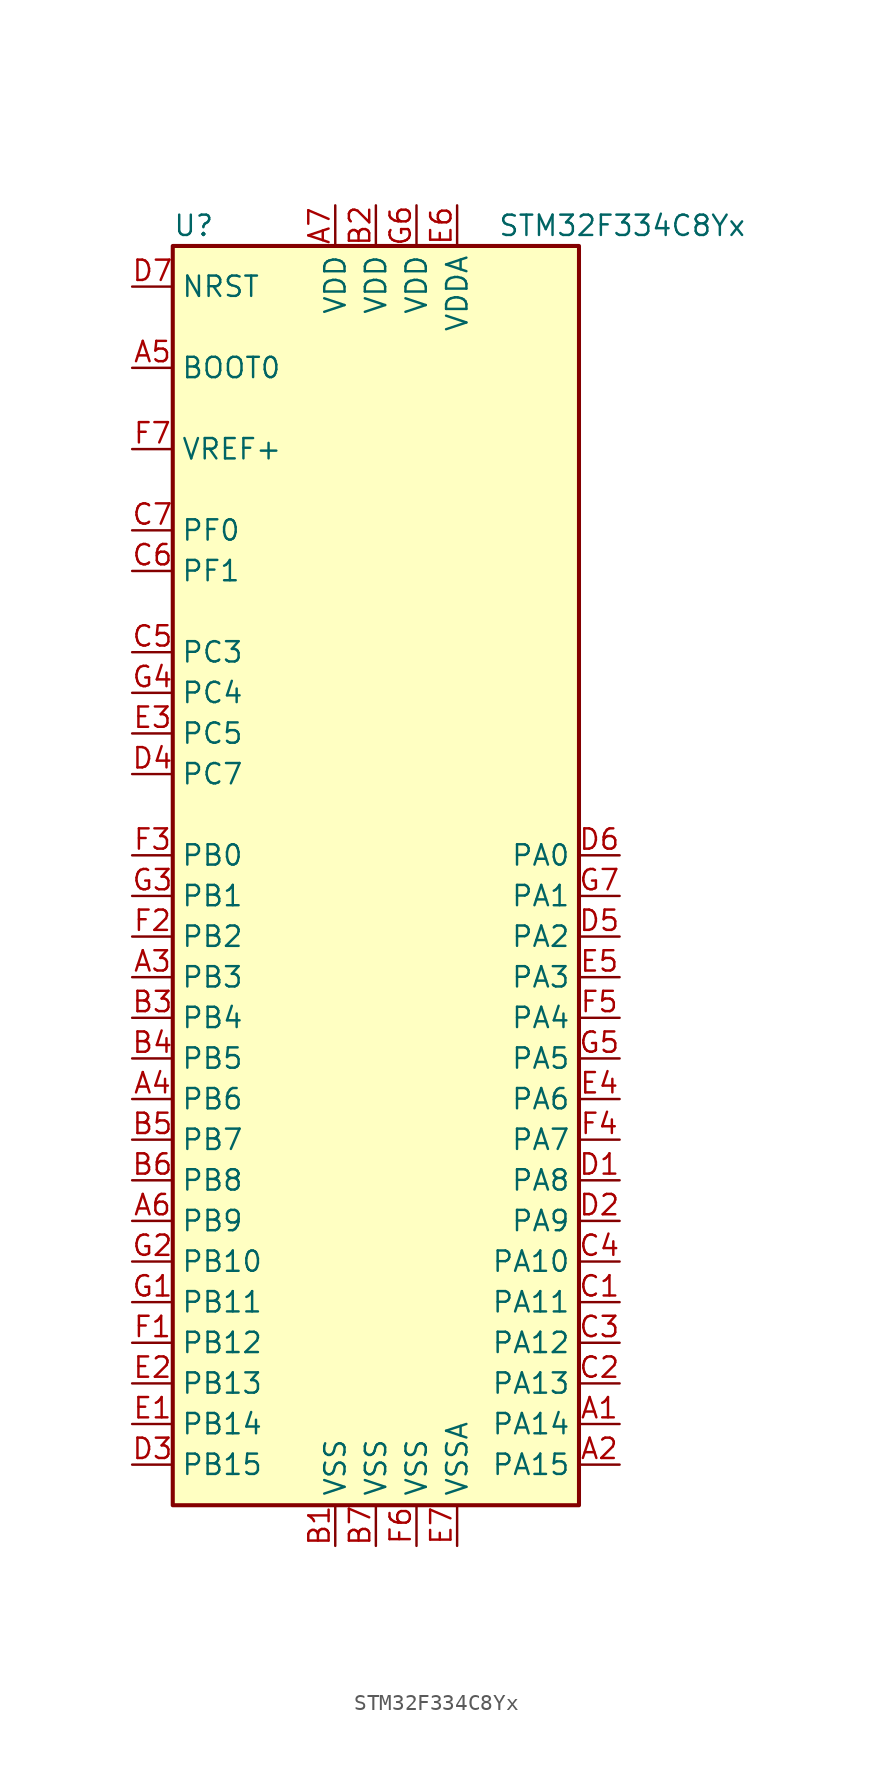
<source format=kicad_sym>
(kicad_symbol_lib
  (version 20201005)
  (generator kicad_symbol_editor)
  (symbol "STM32F334C8Yx"
    (property "Reference" "U"
      (at -12.7 39.37 0)
      (effects (font (size 1.27 1.27)) (justify left)))
    (property "Value" "STM32F334C8Yx"
      (at 7.62 39.37 0)
      (effects (font (size 1.27 1.27)) (justify left)))
    (symbol "STM32F334C8Yx_0_1"
      (rectangle (start -12.7 -40.64) (end 12.7 38.1) (stroke (width 0.254)) (fill (type background))))
    (symbol "STM32F334C8Yx_1_1"
      (pin input line (at -15.24 30.48 0) (length 2.54) (name "BOOT0" (effects (font (size 1.27 1.27)))) (number "A5" (effects (font (size 1.27 1.27)))))
      (pin input line (at -15.24 35.56 0) (length 2.54) (name "NRST" (effects (font (size 1.27 1.27)))) (number "D7" (effects (font (size 1.27 1.27)))))
      (pin bidirectional line (at 15.24 0 180) (length 2.54) (name "PA0" (effects (font (size 1.27 1.27)))) (number "D6" (effects (font (size 1.27 1.27)))))
      (pin bidirectional line (at 15.24 -2.54 180) (length 2.54) (name "PA1" (effects (font (size 1.27 1.27)))) (number "G7" (effects (font (size 1.27 1.27)))))
      (pin bidirectional line (at 15.24 -25.4 180) (length 2.54) (name "PA10" (effects (font (size 1.27 1.27)))) (number "C4" (effects (font (size 1.27 1.27)))))
      (pin bidirectional line (at 15.24 -27.94 180) (length 2.54) (name "PA11" (effects (font (size 1.27 1.27)))) (number "C1" (effects (font (size 1.27 1.27)))))
      (pin bidirectional line (at 15.24 -30.48 180) (length 2.54) (name "PA12" (effects (font (size 1.27 1.27)))) (number "C3" (effects (font (size 1.27 1.27)))))
      (pin bidirectional line (at 15.24 -33.02 180) (length 2.54) (name "PA13" (effects (font (size 1.27 1.27)))) (number "C2" (effects (font (size 1.27 1.27)))))
      (pin bidirectional line (at 15.24 -35.56 180) (length 2.54) (name "PA14" (effects (font (size 1.27 1.27)))) (number "A1" (effects (font (size 1.27 1.27)))))
      (pin bidirectional line (at 15.24 -38.1 180) (length 2.54) (name "PA15" (effects (font (size 1.27 1.27)))) (number "A2" (effects (font (size 1.27 1.27)))))
      (pin bidirectional line (at 15.24 -5.08 180) (length 2.54) (name "PA2" (effects (font (size 1.27 1.27)))) (number "D5" (effects (font (size 1.27 1.27)))))
      (pin bidirectional line (at 15.24 -7.62 180) (length 2.54) (name "PA3" (effects (font (size 1.27 1.27)))) (number "E5" (effects (font (size 1.27 1.27)))))
      (pin bidirectional line (at 15.24 -10.16 180) (length 2.54) (name "PA4" (effects (font (size 1.27 1.27)))) (number "F5" (effects (font (size 1.27 1.27)))))
      (pin bidirectional line (at 15.24 -12.7 180) (length 2.54) (name "PA5" (effects (font (size 1.27 1.27)))) (number "G5" (effects (font (size 1.27 1.27)))))
      (pin bidirectional line (at 15.24 -15.24 180) (length 2.54) (name "PA6" (effects (font (size 1.27 1.27)))) (number "E4" (effects (font (size 1.27 1.27)))))
      (pin bidirectional line (at 15.24 -17.78 180) (length 2.54) (name "PA7" (effects (font (size 1.27 1.27)))) (number "F4" (effects (font (size 1.27 1.27)))))
      (pin bidirectional line (at 15.24 -20.32 180) (length 2.54) (name "PA8" (effects (font (size 1.27 1.27)))) (number "D1" (effects (font (size 1.27 1.27)))))
      (pin bidirectional line (at 15.24 -22.86 180) (length 2.54) (name "PA9" (effects (font (size 1.27 1.27)))) (number "D2" (effects (font (size 1.27 1.27)))))
      (pin bidirectional line (at -15.24 0 0) (length 2.54) (name "PB0" (effects (font (size 1.27 1.27)))) (number "F3" (effects (font (size 1.27 1.27)))))
      (pin bidirectional line (at -15.24 -2.54 0) (length 2.54) (name "PB1" (effects (font (size 1.27 1.27)))) (number "G3" (effects (font (size 1.27 1.27)))))
      (pin bidirectional line (at -15.24 -25.4 0) (length 2.54) (name "PB10" (effects (font (size 1.27 1.27)))) (number "G2" (effects (font (size 1.27 1.27)))))
      (pin bidirectional line (at -15.24 -27.94 0) (length 2.54) (name "PB11" (effects (font (size 1.27 1.27)))) (number "G1" (effects (font (size 1.27 1.27)))))
      (pin bidirectional line (at -15.24 -30.48 0) (length 2.54) (name "PB12" (effects (font (size 1.27 1.27)))) (number "F1" (effects (font (size 1.27 1.27)))))
      (pin bidirectional line (at -15.24 -33.02 0) (length 2.54) (name "PB13" (effects (font (size 1.27 1.27)))) (number "E2" (effects (font (size 1.27 1.27)))))
      (pin bidirectional line (at -15.24 -35.56 0) (length 2.54) (name "PB14" (effects (font (size 1.27 1.27)))) (number "E1" (effects (font (size 1.27 1.27)))))
      (pin bidirectional line (at -15.24 -38.1 0) (length 2.54) (name "PB15" (effects (font (size 1.27 1.27)))) (number "D3" (effects (font (size 1.27 1.27)))))
      (pin bidirectional line (at -15.24 -5.08 0) (length 2.54) (name "PB2" (effects (font (size 1.27 1.27)))) (number "F2" (effects (font (size 1.27 1.27)))))
      (pin bidirectional line (at -15.24 -7.62 0) (length 2.54) (name "PB3" (effects (font (size 1.27 1.27)))) (number "A3" (effects (font (size 1.27 1.27)))))
      (pin bidirectional line (at -15.24 -10.16 0) (length 2.54) (name "PB4" (effects (font (size 1.27 1.27)))) (number "B3" (effects (font (size 1.27 1.27)))))
      (pin bidirectional line (at -15.24 -12.7 0) (length 2.54) (name "PB5" (effects (font (size 1.27 1.27)))) (number "B4" (effects (font (size 1.27 1.27)))))
      (pin bidirectional line (at -15.24 -15.24 0) (length 2.54) (name "PB6" (effects (font (size 1.27 1.27)))) (number "A4" (effects (font (size 1.27 1.27)))))
      (pin bidirectional line (at -15.24 -17.78 0) (length 2.54) (name "PB7" (effects (font (size 1.27 1.27)))) (number "B5" (effects (font (size 1.27 1.27)))))
      (pin bidirectional line (at -15.24 -20.32 0) (length 2.54) (name "PB8" (effects (font (size 1.27 1.27)))) (number "B6" (effects (font (size 1.27 1.27)))))
      (pin bidirectional line (at -15.24 -22.86 0) (length 2.54) (name "PB9" (effects (font (size 1.27 1.27)))) (number "A6" (effects (font (size 1.27 1.27)))))
      (pin bidirectional line (at -15.24 12.7 0) (length 2.54) (name "PC3" (effects (font (size 1.27 1.27)))) (number "C5" (effects (font (size 1.27 1.27)))))
      (pin bidirectional line (at -15.24 10.16 0) (length 2.54) (name "PC4" (effects (font (size 1.27 1.27)))) (number "G4" (effects (font (size 1.27 1.27)))))
      (pin bidirectional line (at -15.24 7.62 0) (length 2.54) (name "PC5" (effects (font (size 1.27 1.27)))) (number "E3" (effects (font (size 1.27 1.27)))))
      (pin bidirectional line (at -15.24 5.08 0) (length 2.54) (name "PC7" (effects (font (size 1.27 1.27)))) (number "D4" (effects (font (size 1.27 1.27)))))
      (pin input line (at -15.24 20.32 0) (length 2.54) (name "PF0" (effects (font (size 1.27 1.27)))) (number "C7" (effects (font (size 1.27 1.27)))))
      (pin input line (at -15.24 17.78 0) (length 2.54) (name "PF1" (effects (font (size 1.27 1.27)))) (number "C6" (effects (font (size 1.27 1.27)))))
      (pin power_in line (at -2.54 40.64 270) (length 2.54) (name "VDD" (effects (font (size 1.27 1.27)))) (number "A7" (effects (font (size 1.27 1.27)))))
      (pin power_in line (at 0 40.64 270) (length 2.54) (name "VDD" (effects (font (size 1.27 1.27)))) (number "B2" (effects (font (size 1.27 1.27)))))
      (pin power_in line (at 2.54 40.64 270) (length 2.54) (name "VDD" (effects (font (size 1.27 1.27)))) (number "G6" (effects (font (size 1.27 1.27)))))
      (pin power_in line (at 5.08 40.64 270) (length 2.54) (name "VDDA" (effects (font (size 1.27 1.27)))) (number "E6" (effects (font (size 1.27 1.27)))))
      (pin power_in line (at -15.24 25.4 0) (length 2.54) (name "VREF+" (effects (font (size 1.27 1.27)))) (number "F7" (effects (font (size 1.27 1.27)))))
      (pin power_in line (at -2.54 -43.18 90) (length 2.54) (name "VSS" (effects (font (size 1.27 1.27)))) (number "B1" (effects (font (size 1.27 1.27)))))
      (pin power_in line (at 0 -43.18 90) (length 2.54) (name "VSS" (effects (font (size 1.27 1.27)))) (number "B7" (effects (font (size 1.27 1.27)))))
      (pin power_in line (at 2.54 -43.18 90) (length 2.54) (name "VSS" (effects (font (size 1.27 1.27)))) (number "F6" (effects (font (size 1.27 1.27)))))
      (pin power_in line (at 5.08 -43.18 90) (length 2.54) (name "VSSA" (effects (font (size 1.27 1.27)))) (number "E7" (effects (font (size 1.27 1.27))))))))
</source>
